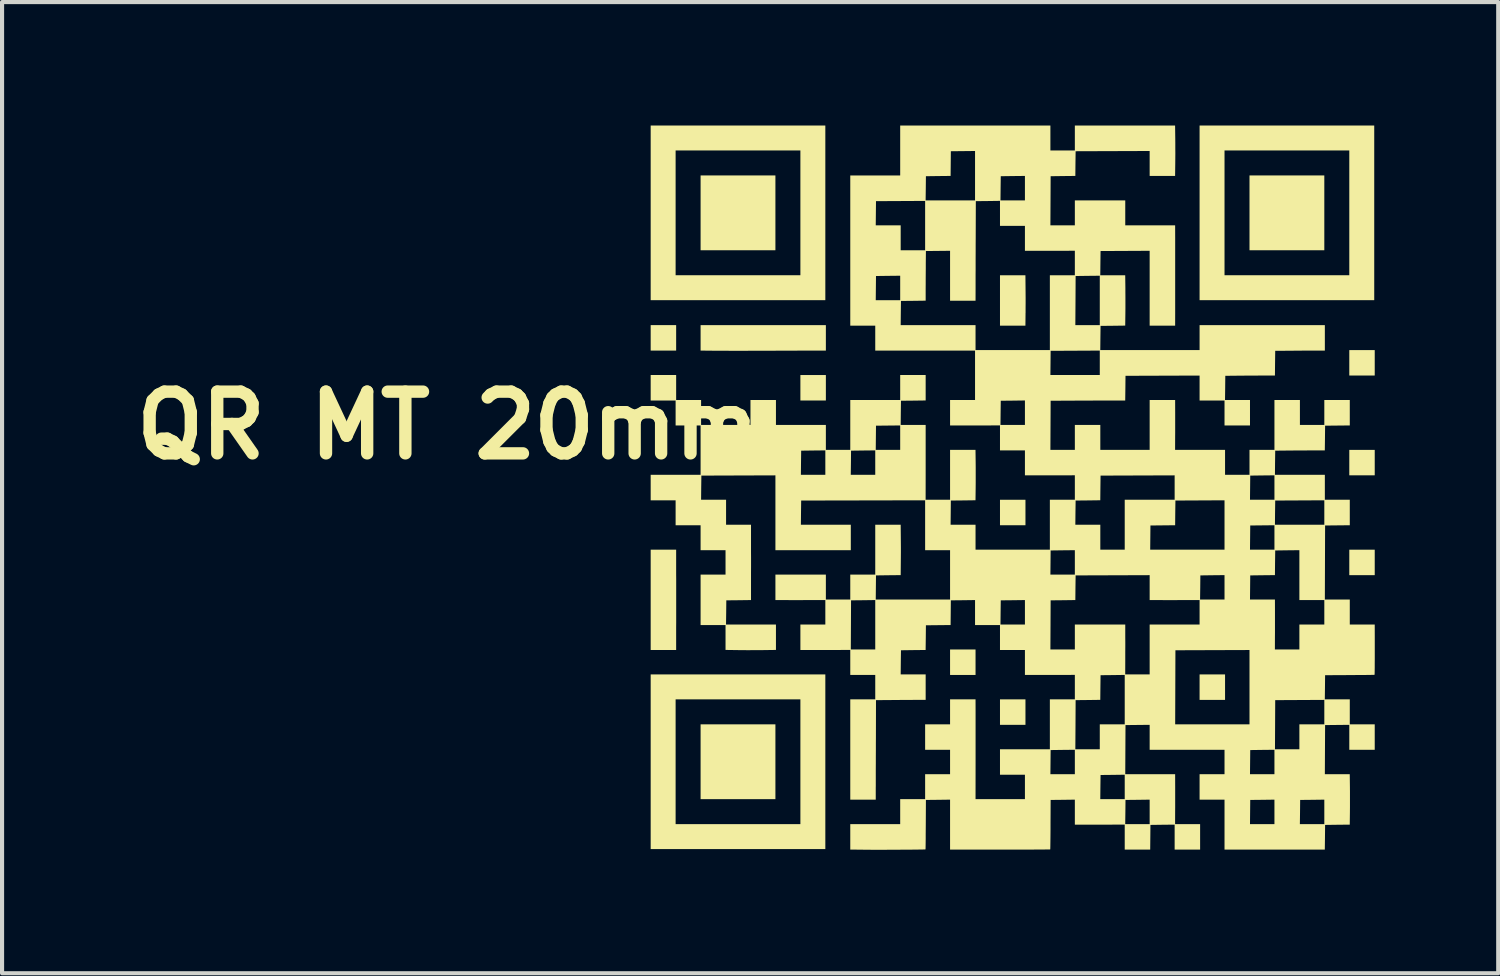
<source format=kicad_pcb>
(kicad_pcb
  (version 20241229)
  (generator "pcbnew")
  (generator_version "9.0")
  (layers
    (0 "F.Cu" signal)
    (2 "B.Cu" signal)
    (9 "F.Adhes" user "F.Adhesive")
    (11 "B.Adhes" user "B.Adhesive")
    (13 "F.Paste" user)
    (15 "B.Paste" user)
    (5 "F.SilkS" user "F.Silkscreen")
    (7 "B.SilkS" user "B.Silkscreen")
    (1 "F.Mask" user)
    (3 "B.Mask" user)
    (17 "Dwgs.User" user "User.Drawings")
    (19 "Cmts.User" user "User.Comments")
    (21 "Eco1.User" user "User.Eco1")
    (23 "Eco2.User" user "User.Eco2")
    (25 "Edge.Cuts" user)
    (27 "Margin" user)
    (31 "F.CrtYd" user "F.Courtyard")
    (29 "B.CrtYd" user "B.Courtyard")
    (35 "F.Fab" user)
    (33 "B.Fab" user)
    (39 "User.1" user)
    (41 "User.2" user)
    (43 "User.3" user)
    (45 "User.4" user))
  (footprint "QR MT 20mm"
    (layer "F.Cu")
    (at 21.552 8.791)
    (property "Reference" "QR MT 20mm" (at -13.716 -1.503 0) (layer "F.SilkS") (effects (font (size 1.5 1.5) (thickness 0.3))))
    (attr board_only exclude_from_pos_files exclude_from_bom)
    (fp_poly (pts (xy -8.172 -3.631) (xy -8.172 -3.322) (xy -8.481 -3.322) (xy -8.791 -3.322) (xy -8.791 -3.631) (xy -8.791 -3.941) (xy -8.481 -3.941) (xy -8.172 -3.941)) (stroke (width 0) (type solid)) (fill yes) (layer "F.SilkS"))
    (fp_poly (pts (xy -5.76 -6.669) (xy -5.76 -5.76) (xy -6.669 -5.76) (xy -7.578 -5.76) (xy -7.578 -6.669) (xy -7.578 -7.578) (xy -6.669 -7.578) (xy -5.76 -7.578)) (stroke (width 0) (type solid)) (fill yes) (layer "F.SilkS"))
    (fp_poly (pts (xy -5.76 6.669) (xy -5.76 7.578) (xy -6.669 7.578) (xy -7.578 7.578) (xy -7.578 6.669) (xy -7.578 5.76) (xy -6.669 5.76) (xy -5.76 5.76)) (stroke (width 0) (type solid)) (fill yes) (layer "F.SilkS"))
    (fp_poly (pts (xy -4.534 -2.419) (xy -4.534 -2.109) (xy -4.844 -2.109) (xy -5.153 -2.109) (xy -5.153 -2.419) (xy -5.153 -2.728) (xy -4.844 -2.728) (xy -4.534 -2.728)) (stroke (width 0) (type solid)) (fill yes) (layer "F.SilkS"))
    (fp_poly (pts (xy -0.897 4.25) (xy -0.897 4.56) (xy -1.206 4.56) (xy -1.516 4.56) (xy -1.516 4.25) (xy -1.516 3.941) (xy -1.206 3.941) (xy -0.897 3.941)) (stroke (width 0) (type solid)) (fill yes) (layer "F.SilkS"))
    (fp_poly (pts (xy 0.316 0.613) (xy 0.316 0.922) (xy 0.006 0.922) (xy -0.303 0.922) (xy -0.303 0.613) (xy -0.303 0.303) (xy 0.006 0.303) (xy 0.316 0.303)) (stroke (width 0) (type solid)) (fill yes) (layer "F.SilkS"))
    (fp_poly (pts (xy 0.316 5.463) (xy 0.316 5.772) (xy 0.006 5.772) (xy -0.303 5.772) (xy -0.303 5.463) (xy -0.303 5.153) (xy 0.006 5.153) (xy 0.316 5.153)) (stroke (width 0) (type solid)) (fill yes) (layer "F.SilkS"))
    (fp_poly (pts (xy 5.166 4.856) (xy 5.166 5.166) (xy 4.856 5.166) (xy 4.547 5.166) (xy 4.547 4.856) (xy 4.547 4.547) (xy 4.856 4.547) (xy 5.166 4.547)) (stroke (width 0) (type solid)) (fill yes) (layer "F.SilkS"))
    (fp_poly (pts (xy 7.578 -6.669) (xy 7.578 -5.76) (xy 6.669 -5.76) (xy 5.76 -5.76) (xy 5.76 -6.669) (xy 5.76 -7.578) (xy 6.669 -7.578) (xy 7.578 -7.578)) (stroke (width 0) (type solid)) (fill yes) (layer "F.SilkS"))
    (fp_poly (pts (xy 8.803 -3.025) (xy 8.803 -2.716) (xy 8.494 -2.716) (xy 8.185 -2.716) (xy 8.185 -3.025) (xy 8.185 -3.334) (xy 8.494 -3.334) (xy 8.803 -3.334)) (stroke (width 0) (type solid)) (fill yes) (layer "F.SilkS"))
    (fp_poly (pts (xy 8.803 -0.6) (xy 8.803 -0.291) (xy 8.494 -0.291) (xy 8.185 -0.291) (xy 8.185 -0.6) (xy 8.185 -0.909) (xy 8.494 -0.909) (xy 8.803 -0.909)) (stroke (width 0) (type solid)) (fill yes) (layer "F.SilkS"))
    (fp_poly (pts (xy 8.803 1.825) (xy 8.803 2.135) (xy 8.494 2.135) (xy 8.185 2.135) (xy 8.185 1.825) (xy 8.185 1.516) (xy 8.494 1.516) (xy 8.803 1.516)) (stroke (width 0) (type solid)) (fill yes) (layer "F.SilkS"))
    (fp_poly (pts (xy 0.318 -4.847) (xy 0.319 -4.736) (xy 0.32 -4.61) (xy 0.32 -4.478) (xy 0.319 -4.351) (xy 0.319 -4.239) (xy 0.318 -4.234) (xy 0.315 -3.928) (xy 0.006 -3.928) (xy -0.303 -3.928) (xy -0.303 -4.541) (xy -0.303 -5.153) (xy 0.006 -5.153) (xy 0.315 -5.153)) (stroke (width 0) (type solid)) (fill yes) (layer "F.SilkS"))
    (fp_poly (pts (xy -4.547 -6.669) (xy -4.547 -4.547) (xy -6.669 -4.547) (xy -8.791 -4.547) (xy -8.791 -6.669) (xy -8.185 -6.669) (xy -8.185 -5.153) (xy -6.669 -5.153) (xy -5.153 -5.153) (xy -5.153 -6.669) (xy -5.153 -8.185) (xy -6.669 -8.185) (xy -8.185 -8.185) (xy -8.185 -6.669) (xy -8.791 -6.669) (xy -8.791 -8.791) (xy -6.669 -8.791) (xy -4.547 -8.791)) (stroke (width 0) (type solid)) (fill yes) (layer "F.SilkS"))
    (fp_poly (pts (xy -4.547 6.669) (xy -4.547 8.791) (xy -6.669 8.791) (xy -8.791 8.791) (xy -8.791 6.669) (xy -8.185 6.669) (xy -8.185 8.185) (xy -6.669 8.185) (xy -5.153 8.185) (xy -5.153 6.669) (xy -5.153 5.153) (xy -6.669 5.153) (xy -8.185 5.153) (xy -8.185 6.669) (xy -8.791 6.669) (xy -8.791 4.547) (xy -6.669 4.547) (xy -4.547 4.547)) (stroke (width 0) (type solid)) (fill yes) (layer "F.SilkS"))
    (fp_poly (pts (xy 8.791 -6.669) (xy 8.791 -4.547) (xy 6.669 -4.547) (xy 4.547 -4.547) (xy 4.547 -6.669) (xy 5.153 -6.669) (xy 5.153 -5.153) (xy 6.669 -5.153) (xy 8.185 -5.153) (xy 8.185 -6.669) (xy 8.185 -8.185) (xy 6.669 -8.185) (xy 5.153 -8.185) (xy 5.153 -6.669) (xy 4.547 -6.669) (xy 4.547 -8.791) (xy 6.669 -8.791) (xy 8.791 -8.791)) (stroke (width 0) (type solid)) (fill yes) (layer "F.SilkS"))
    (fp_poly (pts (xy -8.172 1.819) (xy -8.172 1.896) (xy -8.172 1.994) (xy -8.172 2.109) (xy -8.171 2.236) (xy -8.171 2.371) (xy -8.171 2.51) (xy -8.171 2.649) (xy -8.171 2.741) (xy -8.171 2.877) (xy -8.171 3.015) (xy -8.171 3.153) (xy -8.171 3.285) (xy -8.172 3.408) (xy -8.172 3.516) (xy -8.172 3.607) (xy -8.172 3.657) (xy -8.172 3.953) (xy -8.481 3.953) (xy -8.791 3.953) (xy -8.791 2.735) (xy -8.791 1.516) (xy -8.481 1.516) (xy -8.172 1.516)) (stroke (width 0) (type solid)) (fill yes) (layer "F.SilkS"))
    (fp_poly (pts (xy -4.534 -3.631) (xy -4.534 -3.322) (xy -4.828 -3.322) (xy -4.891 -3.322) (xy -4.976 -3.321) (xy -5.08 -3.321) (xy -5.202 -3.321) (xy -5.336 -3.32) (xy -5.482 -3.32) (xy -5.635 -3.32) (xy -5.793 -3.319) (xy -5.953 -3.319) (xy -6.044 -3.318) (xy -6.204 -3.318) (xy -6.364 -3.318) (xy -6.522 -3.317) (xy -6.673 -3.317) (xy -6.816 -3.317) (xy -6.947 -3.318) (xy -7.063 -3.318) (xy -7.161 -3.318) (xy -7.239 -3.319) (xy -7.272 -3.319) (xy -7.578 -3.322) (xy -7.578 -3.632) (xy -7.578 -3.941) (xy -6.056 -3.941) (xy -4.534 -3.941)) (stroke (width 0) (type solid)) (fill yes) (layer "F.SilkS"))
    (fp_poly (pts (xy 0.922 -8.488) (xy 0.922 -8.185) (xy 1.219 -8.185) (xy 1.516 -8.185) (xy 1.516 -8.488) (xy 1.516 -8.791) (xy 2.734 -8.791) (xy 3.952 -8.791) (xy 3.956 -8.485) (xy 3.957 -8.373) (xy 3.957 -8.247) (xy 3.958 -8.116) (xy 3.957 -7.989) (xy 3.956 -7.877) (xy 3.956 -7.872) (xy 3.952 -7.566) (xy 3.643 -7.566) (xy 3.334 -7.566) (xy 3.334 -7.869) (xy 3.334 -8.172) (xy 2.435 -8.169) (xy 1.535 -8.166) (xy 1.531 -7.866) (xy 1.528 -7.566) (xy 1.228 -7.563) (xy 0.928 -7.559) (xy 0.925 -6.963) (xy 0.922 -6.366) (xy 1.219 -6.366) (xy 1.516 -6.366) (xy 1.516 -6.669) (xy 1.516 -6.972) (xy 2.128 -6.972) (xy 2.741 -6.972) (xy 2.741 -6.669) (xy 2.741 -6.366) (xy 3.347 -6.366) (xy 3.953 -6.366) (xy 3.954 -6.063) (xy 3.954 -5.986) (xy 3.954 -5.888) (xy 3.954 -5.773) (xy 3.954 -5.646) (xy 3.954 -5.51) (xy 3.954 -5.371) (xy 3.954 -5.232) (xy 3.954 -5.141) (xy 3.954 -5.005) (xy 3.954 -4.866) (xy 3.954 -4.728) (xy 3.954 -4.596) (xy 3.954 -4.474) (xy 3.954 -4.365) (xy 3.954 -4.274) (xy 3.954 -4.225) (xy 3.953 -3.928) (xy 3.644 -3.928) (xy 3.334 -3.928) (xy 3.334 -4.837) (xy 3.334 -5.747) (xy 2.738 -5.744) (xy 2.141 -5.741) (xy 2.137 -5.447) (xy 2.134 -5.153) (xy 2.437 -5.153) (xy 2.74 -5.153) (xy 2.744 -4.847) (xy 2.744 -4.736) (xy 2.745 -4.61) (xy 2.745 -4.478) (xy 2.745 -4.351) (xy 2.744 -4.239) (xy 2.744 -4.235) (xy 2.74 -3.929) (xy 2.44 -3.925) (xy 2.141 -3.922) (xy 2.137 -3.628) (xy 2.134 -3.334) (xy 3.341 -3.334) (xy 4.547 -3.334) (xy 4.547 -3.638) (xy 4.547 -3.941) (xy 6.069 -3.941) (xy 7.591 -3.941) (xy 7.591 -3.631) (xy 7.591 -3.322) (xy 7.291 -3.321) (xy 7.182 -3.321) (xy 7.057 -3.321) (xy 6.927 -3.32) (xy 6.801 -3.319) (xy 6.691 -3.318) (xy 6.688 -3.318) (xy 6.385 -3.316) (xy 6.381 -3.016) (xy 6.378 -2.716) (xy 6.078 -2.715) (xy 5.969 -2.715) (xy 5.844 -2.714) (xy 5.714 -2.714) (xy 5.589 -2.713) (xy 5.478 -2.712) (xy 5.475 -2.712) (xy 5.172 -2.709) (xy 5.169 -2.416) (xy 5.165 -2.122) (xy 5.469 -2.122) (xy 5.772 -2.122) (xy 5.772 -1.812) (xy 5.772 -1.503) (xy 5.463 -1.503) (xy 5.153 -1.503) (xy 5.153 -1.806) (xy 5.153 -2.109) (xy 4.85 -2.109) (xy 4.547 -2.109) (xy 4.547 -2.412) (xy 4.547 -2.715) (xy 3.647 -2.712) (xy 2.747 -2.709) (xy 2.744 -2.409) (xy 2.74 -2.109) (xy 2.441 -2.109) (xy 2.364 -2.109) (xy 2.266 -2.109) (xy 2.151 -2.108) (xy 2.024 -2.108) (xy 1.89 -2.107) (xy 1.752 -2.107) (xy 1.614 -2.106) (xy 1.535 -2.106) (xy 0.928 -2.103) (xy 0.925 -1.506) (xy 0.922 -0.909) (xy 1.219 -0.909) (xy 1.516 -0.909) (xy 1.516 -1.213) (xy 1.516 -1.516) (xy 1.825 -1.516) (xy 2.135 -1.516) (xy 2.135 -1.213) (xy 2.135 -0.909) (xy 2.735 -0.909) (xy 3.334 -0.909) (xy 3.334 -1.516) (xy 3.334 -2.122) (xy 3.644 -2.122) (xy 3.953 -2.122) (xy 3.954 -1.816) (xy 3.954 -1.705) (xy 3.954 -1.58) (xy 3.954 -1.45) (xy 3.954 -1.325) (xy 3.953 -1.215) (xy 3.953 -1.209) (xy 3.952 -0.909) (xy 4.559 -0.909) (xy 5.166 -0.909) (xy 5.166 -0.606) (xy 5.166 -0.303) (xy 5.463 -0.303) (xy 5.76 -0.303) (xy 5.76 -0.606) (xy 5.76 -0.909) (xy 6.063 -0.909) (xy 6.366 -0.909) (xy 6.366 -1.516) (xy 6.366 -2.122) (xy 6.675 -2.122) (xy 6.985 -2.122) (xy 6.985 -1.819) (xy 6.985 -1.516) (xy 7.282 -1.516) (xy 7.578 -1.516) (xy 7.578 -1.819) (xy 7.578 -2.122) (xy 7.888 -2.122) (xy 8.197 -2.122) (xy 8.197 -1.813) (xy 8.197 -1.503) (xy 7.897 -1.5) (xy 7.597 -1.497) (xy 7.594 -1.197) (xy 7.59 -0.897) (xy 7.291 -0.896) (xy 7.181 -0.896) (xy 7.057 -0.895) (xy 6.927 -0.895) (xy 6.801 -0.894) (xy 6.691 -0.893) (xy 6.688 -0.893) (xy 6.385 -0.89) (xy 6.381 -0.597) (xy 6.378 -0.303) (xy 6.984 -0.303) (xy 7.591 -0.303) (xy 7.591 0) (xy 7.591 0.303) (xy 7.894 0.303) (xy 8.197 0.303) (xy 8.197 0.612) (xy 8.197 0.922) (xy 7.897 0.925) (xy 7.597 0.928) (xy 7.594 1.828) (xy 7.591 2.728) (xy 7.894 2.728) (xy 8.197 2.728) (xy 8.197 3.031) (xy 8.197 3.334) (xy 8.5 3.334) (xy 8.803 3.334) (xy 8.804 3.641) (xy 8.804 3.786) (xy 8.804 3.925) (xy 8.804 4.056) (xy 8.804 4.176) (xy 8.803 4.283) (xy 8.803 4.376) (xy 8.802 4.451) (xy 8.801 4.508) (xy 8.8 4.544) (xy 8.799 4.556) (xy 8.786 4.557) (xy 8.75 4.558) (xy 8.694 4.559) (xy 8.62 4.56) (xy 8.531 4.561) (xy 8.428 4.561) (xy 8.316 4.562) (xy 8.196 4.563) (xy 7.597 4.566) (xy 7.594 4.86) (xy 7.59 5.153) (xy 7.894 5.153) (xy 8.197 5.153) (xy 8.197 5.456) (xy 8.197 5.76) (xy 8.5 5.76) (xy 8.803 5.76) (xy 8.803 6.069) (xy 8.803 6.378) (xy 8.494 6.378) (xy 8.185 6.378) (xy 8.185 6.075) (xy 8.185 5.772) (xy 7.891 5.775) (xy 7.597 5.778) (xy 7.594 6.375) (xy 7.591 6.972) (xy 7.894 6.972) (xy 8.196 6.972) (xy 8.2 7.278) (xy 8.201 7.389) (xy 8.201 7.516) (xy 8.201 7.647) (xy 8.201 7.774) (xy 8.2 7.886) (xy 8.2 7.891) (xy 8.196 8.197) (xy 7.897 8.2) (xy 7.597 8.204) (xy 7.594 8.504) (xy 7.59 8.803) (xy 7.294 8.804) (xy 7.218 8.804) (xy 7.122 8.804) (xy 7.008 8.804) (xy 6.882 8.804) (xy 6.748 8.804) (xy 6.61 8.804) (xy 6.471 8.804) (xy 6.378 8.804) (xy 6.242 8.804) (xy 6.103 8.804) (xy 5.965 8.804) (xy 5.831 8.804) (xy 5.708 8.804) (xy 5.598 8.804) (xy 5.506 8.804) (xy 5.456 8.804) (xy 5.153 8.803) (xy 5.153 8.197) (xy 5.153 8.185) (xy 5.772 8.185) (xy 6.069 8.185) (xy 6.366 8.185) (xy 6.984 8.185) (xy 7.281 8.185) (xy 7.578 8.185) (xy 7.578 7.888) (xy 7.578 7.59) (xy 7.285 7.594) (xy 6.991 7.597) (xy 6.988 7.891) (xy 6.984 8.185) (xy 6.366 8.185) (xy 6.366 7.888) (xy 6.366 7.59) (xy 6.072 7.594) (xy 5.778 7.597) (xy 5.775 7.891) (xy 5.772 8.185) (xy 5.153 8.185) (xy 5.153 7.591) (xy 4.85 7.591) (xy 4.547 7.591) (xy 4.547 7.282) (xy 4.547 6.972) (xy 4.85 6.972) (xy 5.153 6.972) (xy 5.772 6.972) (xy 6.069 6.972) (xy 6.366 6.972) (xy 6.366 6.675) (xy 6.366 6.378) (xy 6.072 6.381) (xy 5.778 6.385) (xy 5.775 6.678) (xy 5.772 6.972) (xy 5.153 6.972) (xy 5.153 6.675) (xy 5.153 6.378) (xy 4.55 6.379) (xy 4.415 6.379) (xy 4.277 6.379) (xy 4.139 6.379) (xy 4.006 6.379) (xy 3.883 6.379) (xy 3.773 6.379) (xy 3.682 6.379) (xy 3.641 6.379) (xy 3.334 6.378) (xy 3.334 6.366) (xy 6.379 6.366) (xy 6.675 6.366) (xy 6.972 6.366) (xy 6.972 6.063) (xy 6.972 5.76) (xy 7.275 5.76) (xy 7.578 5.76) (xy 7.578 5.463) (xy 7.578 5.166) (xy 6.982 5.169) (xy 6.385 5.172) (xy 6.382 5.769) (xy 6.379 6.366) (xy 3.334 6.366) (xy 3.334 6.075) (xy 3.334 5.772) (xy 3.041 5.775) (xy 2.747 5.778) (xy 2.744 6.375) (xy 2.741 6.972) (xy 3.347 6.972) (xy 3.953 6.972) (xy 3.954 7.278) (xy 3.954 7.389) (xy 3.954 7.514) (xy 3.954 7.644) (xy 3.954 7.769) (xy 3.953 7.879) (xy 3.953 7.885) (xy 3.952 8.185) (xy 4.256 8.185) (xy 4.56 8.185) (xy 4.56 8.494) (xy 4.56 8.803) (xy 4.25 8.803) (xy 3.941 8.803) (xy 3.941 8.5) (xy 3.941 8.197) (xy 3.647 8.2) (xy 3.353 8.204) (xy 3.35 8.504) (xy 3.347 8.803) (xy 3.037 8.803) (xy 2.728 8.803) (xy 2.728 8.5) (xy 2.728 8.196) (xy 2.428 8.197) (xy 2.319 8.198) (xy 2.195 8.198) (xy 2.065 8.198) (xy 1.94 8.198) (xy 1.828 8.198) (xy 1.822 8.198) (xy 1.516 8.197) (xy 1.516 8.185) (xy 2.74 8.185) (xy 3.037 8.185) (xy 3.334 8.185) (xy 3.334 7.888) (xy 3.334 7.59) (xy 3.041 7.594) (xy 2.747 7.597) (xy 2.744 7.891) (xy 2.74 8.185) (xy 1.516 8.185) (xy 1.516 7.894) (xy 1.516 7.59) (xy 1.222 7.594) (xy 0.928 7.597) (xy 0.925 8.196) (xy 0.925 8.317) (xy 0.924 8.429) (xy 0.923 8.531) (xy 0.922 8.621) (xy 0.921 8.694) (xy 0.92 8.751) (xy 0.919 8.786) (xy 0.918 8.799) (xy 0.905 8.8) (xy 0.868 8.801) (xy 0.809 8.801) (xy 0.729 8.802) (xy 0.63 8.802) (xy 0.513 8.803) (xy 0.38 8.803) (xy 0.232 8.803) (xy 0.07 8.804) (xy -0.103 8.804) (xy -0.286 8.804) (xy -0.478 8.804) (xy -0.678 8.804) (xy -0.883 8.804) (xy -1.092 8.804) (xy -1.209 8.804) (xy -1.516 8.803) (xy -1.516 8.197) (xy -1.516 7.59) (xy -1.809 7.594) (xy -2.103 7.597) (xy -2.106 8.196) (xy -2.107 8.317) (xy -2.108 8.429) (xy -2.108 8.531) (xy -2.109 8.62) (xy -2.11 8.694) (xy -2.111 8.75) (xy -2.112 8.786) (xy -2.113 8.799) (xy -2.127 8.8) (xy -2.162 8.801) (xy -2.219 8.802) (xy -2.292 8.803) (xy -2.381 8.804) (xy -2.481 8.805) (xy -2.592 8.806) (xy -2.71 8.806) (xy -2.832 8.807) (xy -2.957 8.807) (xy -3.08 8.808) (xy -3.201 8.808) (xy -3.316 8.808) (xy -3.423 8.808) (xy -3.519 8.807) (xy -3.601 8.807) (xy -3.634 8.806) (xy -3.941 8.803) (xy -3.941 8.494) (xy -3.941 8.185) (xy -3.334 8.185) (xy -2.728 8.185) (xy -2.728 7.881) (xy -2.728 7.578) (xy -2.425 7.578) (xy -2.122 7.578) (xy -2.122 7.275) (xy -2.122 6.972) (xy -1.819 6.972) (xy -1.516 6.972) (xy -1.516 6.675) (xy -1.516 6.378) (xy -1.819 6.378) (xy -2.122 6.378) (xy -2.122 6.069) (xy -2.122 5.76) (xy -1.819 5.76) (xy -1.516 5.76) (xy -1.516 5.456) (xy -1.516 5.153) (xy -1.206 5.153) (xy -0.897 5.153) (xy -0.896 5.46) (xy -0.896 5.525) (xy -0.896 5.613) (xy -0.896 5.72) (xy -0.896 5.843) (xy -0.896 5.98) (xy -0.896 6.127) (xy -0.896 6.281) (xy -0.896 6.439) (xy -0.896 6.598) (xy -0.896 6.672) (xy -0.897 7.578) (xy -0.297 7.578) (xy 0.303 7.578) (xy 2.134 7.578) (xy 2.431 7.578) (xy 2.728 7.578) (xy 2.728 7.281) (xy 2.728 6.984) (xy 2.435 6.988) (xy 2.141 6.991) (xy 2.137 7.285) (xy 2.134 7.578) (xy 0.303 7.578) (xy 0.303 7.282) (xy 0.303 6.985) (xy 0 6.985) (xy -0.303 6.985) (xy -0.303 6.972) (xy 0.922 6.972) (xy 1.219 6.972) (xy 1.516 6.972) (xy 1.516 6.675) (xy 1.516 6.378) (xy 1.222 6.381) (xy 0.928 6.385) (xy 0.925 6.678) (xy 0.922 6.972) (xy -0.303 6.972) (xy -0.303 6.675) (xy -0.303 6.366) (xy 0.303 6.366) (xy 0.909 6.366) (xy 1.528 6.366) (xy 1.825 6.366) (xy 2.122 6.366) (xy 2.122 6.063) (xy 2.122 5.76) (xy 2.425 5.76) (xy 2.728 5.76) (xy 3.954 5.76) (xy 4.857 5.76) (xy 5.76 5.76) (xy 5.76 4.857) (xy 5.76 3.954) (xy 4.86 3.957) (xy 3.96 3.96) (xy 3.957 4.86) (xy 3.954 5.76) (xy 2.728 5.76) (xy 2.728 5.159) (xy 2.728 4.559) (xy 2.435 4.563) (xy 2.141 4.566) (xy 2.137 4.866) (xy 2.134 5.165) (xy 1.834 5.169) (xy 1.535 5.172) (xy 1.532 5.769) (xy 1.528 6.366) (xy 0.909 6.366) (xy 0.909 5.76) (xy 0.909 5.153) (xy 1.213 5.153) (xy 1.516 5.153) (xy 1.516 4.856) (xy 1.516 4.558) (xy 1.216 4.56) (xy 1.107 4.56) (xy 0.983 4.56) (xy 0.853 4.56) (xy 0.727 4.56) (xy 0.616 4.56) (xy 0.609 4.56) (xy 0.303 4.56) (xy 0.303 4.256) (xy 0.303 3.953) (xy 0 3.953) (xy -0.303 3.953) (xy -0.303 3.941) (xy 0.922 3.941) (xy 1.219 3.941) (xy 1.516 3.941) (xy 1.516 3.638) (xy 1.516 3.334) (xy 2.128 3.334) (xy 2.741 3.334) (xy 2.741 3.641) (xy 2.742 3.751) (xy 2.742 3.876) (xy 2.741 4.006) (xy 2.741 4.131) (xy 2.741 4.241) (xy 2.741 4.247) (xy 2.74 4.547) (xy 3.037 4.547) (xy 3.334 4.547) (xy 3.334 3.941) (xy 3.334 3.334) (xy 3.941 3.334) (xy 4.547 3.334) (xy 4.547 3.037) (xy 4.547 2.74) (xy 4.247 2.741) (xy 4.138 2.741) (xy 4.014 2.741) (xy 3.884 2.742) (xy 3.758 2.742) (xy 3.647 2.741) (xy 3.641 2.741) (xy 3.334 2.741) (xy 3.334 2.728) (xy 4.559 2.728) (xy 4.856 2.728) (xy 5.153 2.728) (xy 5.772 2.728) (xy 6.075 2.728) (xy 6.378 2.728) (xy 6.379 3.034) (xy 6.379 3.145) (xy 6.379 3.27) (xy 6.379 3.4) (xy 6.379 3.525) (xy 6.378 3.635) (xy 6.378 3.641) (xy 6.377 3.941) (xy 6.675 3.941) (xy 6.972 3.941) (xy 6.972 3.638) (xy 6.972 3.334) (xy 7.275 3.334) (xy 7.578 3.334) (xy 7.578 3.038) (xy 7.578 2.741) (xy 7.275 2.741) (xy 6.972 2.741) (xy 6.972 2.134) (xy 6.972 1.528) (xy 6.678 1.531) (xy 6.385 1.535) (xy 6.381 1.834) (xy 6.378 2.134) (xy 6.078 2.137) (xy 5.778 2.141) (xy 5.775 2.435) (xy 5.772 2.728) (xy 5.153 2.728) (xy 5.153 2.431) (xy 5.153 2.134) (xy 4.86 2.137) (xy 4.566 2.141) (xy 4.563 2.435) (xy 4.559 2.728) (xy 3.334 2.728) (xy 3.334 2.438) (xy 3.334 2.135) (xy 2.435 2.138) (xy 1.535 2.141) (xy 1.531 2.441) (xy 1.528 2.74) (xy 1.228 2.744) (xy 0.928 2.747) (xy 0.925 3.344) (xy 0.922 3.941) (xy -0.303 3.941) (xy -0.303 3.65) (xy -0.303 3.347) (xy -0.606 3.347) (xy -0.909 3.347) (xy -0.909 3.334) (xy -0.291 3.334) (xy 0.006 3.334) (xy 0.303 3.334) (xy 0.303 3.037) (xy 0.303 2.74) (xy 0.009 2.744) (xy -0.284 2.747) (xy -0.288 3.041) (xy -0.291 3.334) (xy -0.909 3.334) (xy -0.909 3.044) (xy -0.909 2.74) (xy -1.203 2.744) (xy -1.497 2.747) (xy -1.5 3.047) (xy -1.503 3.347) (xy -1.803 3.35) (xy -2.103 3.353) (xy -2.106 3.653) (xy -2.11 3.953) (xy -2.41 3.956) (xy -2.709 3.96) (xy -2.713 4.253) (xy -2.716 4.547) (xy -2.413 4.547) (xy -2.109 4.547) (xy -2.109 4.856) (xy -2.109 5.166) (xy -2.409 5.166) (xy -2.519 5.167) (xy -2.643 5.167) (xy -2.773 5.168) (xy -2.899 5.169) (xy -3.01 5.17) (xy -3.012 5.17) (xy -3.316 5.172) (xy -3.318 6.082) (xy -3.319 6.241) (xy -3.319 6.4) (xy -3.32 6.556) (xy -3.32 6.706) (xy -3.321 6.847) (xy -3.321 6.976) (xy -3.321 7.09) (xy -3.321 7.187) (xy -3.321 7.262) (xy -3.322 7.291) (xy -3.322 7.591) (xy -3.631 7.591) (xy -3.941 7.591) (xy -3.941 6.372) (xy -3.941 5.153) (xy -3.638 5.153) (xy -3.334 5.153) (xy -3.334 4.856) (xy -3.334 4.56) (xy -3.638 4.56) (xy -3.941 4.56) (xy -3.941 4.256) (xy -3.941 3.952) (xy -4.241 3.953) (xy -4.349 3.954) (xy -4.474 3.954) (xy -4.604 3.954) (xy -4.729 3.954) (xy -4.841 3.954) (xy -4.847 3.954) (xy -5.153 3.953) (xy -5.153 3.941) (xy -3.928 3.941) (xy -3.631 3.941) (xy -3.334 3.941) (xy -3.334 3.341) (xy -3.334 2.74) (xy -3.628 2.744) (xy -3.922 2.747) (xy -3.925 3.344) (xy -3.928 3.941) (xy -5.153 3.941) (xy -5.153 3.644) (xy -5.153 3.334) (xy -4.85 3.334) (xy -4.547 3.334) (xy -4.547 3.037) (xy -4.547 2.74) (xy -4.847 2.741) (xy -4.956 2.741) (xy -5.08 2.741) (xy -5.21 2.742) (xy -5.335 2.742) (xy -5.447 2.741) (xy -5.453 2.741) (xy -5.76 2.741) (xy -5.76 2.431) (xy -5.76 2.122) (xy -5.147 2.122) (xy -4.534 2.122) (xy -4.534 2.425) (xy -4.534 2.728) (xy -4.238 2.728) (xy -3.941 2.728) (xy -3.941 2.425) (xy -3.941 2.122) (xy -3.638 2.122) (xy -3.334 2.122) (xy -3.334 1.516) (xy -3.334 0.909) (xy -3.025 0.909) (xy -2.716 0.909) (xy -2.713 1.216) (xy -2.712 1.327) (xy -2.711 1.453) (xy -2.711 1.585) (xy -2.712 1.711) (xy -2.713 1.823) (xy -2.713 1.828) (xy -2.716 2.134) (xy -3.016 2.137) (xy -3.316 2.141) (xy -3.319 2.435) (xy -3.322 2.728) (xy -2.419 2.728) (xy -1.516 2.728) (xy -1.516 2.128) (xy -1.516 2.122) (xy 0.922 2.122) (xy 1.219 2.122) (xy 1.516 2.122) (xy 1.516 1.825) (xy 1.516 1.528) (xy 1.222 1.531) (xy 0.928 1.535) (xy 0.925 1.828) (xy 0.922 2.122) (xy -1.516 2.122) (xy -1.516 1.528) (xy -1.819 1.528) (xy -2.122 1.528) (xy -2.122 0.922) (xy -2.122 0.316) (xy -3.628 0.319) (xy -5.134 0.322) (xy -5.138 0.616) (xy -5.141 0.909) (xy -4.535 0.909) (xy -3.928 0.909) (xy -3.928 1.219) (xy -3.928 1.528) (xy -4.225 1.529) (xy -4.331 1.529) (xy -4.453 1.529) (xy -4.581 1.529) (xy -4.707 1.529) (xy -4.82 1.529) (xy -4.837 1.529) (xy -4.949 1.529) (xy -5.074 1.529) (xy -5.205 1.529) (xy -5.33 1.529) (xy -5.441 1.529) (xy -5.456 1.529) (xy -5.76 1.528) (xy -5.76 0.619) (xy -5.76 -0.29) (xy -6.659 -0.287) (xy -7.559 -0.284) (xy -7.563 0.009) (xy -7.566 0.303) (xy -7.263 0.303) (xy -6.959 0.303) (xy -6.959 0.606) (xy -6.959 0.909) (xy -6.656 0.909) (xy -6.353 0.909) (xy -6.353 1.213) (xy -6.353 1.321) (xy -6.353 1.445) (xy -6.353 1.575) (xy -6.352 1.702) (xy -6.352 1.816) (xy -6.352 1.831) (xy -6.352 1.942) (xy -6.353 2.066) (xy -6.353 2.195) (xy -6.353 2.318) (xy -6.353 2.428) (xy -6.353 2.444) (xy -6.353 2.74) (xy -6.653 2.744) (xy -6.953 2.747) (xy -6.956 3.041) (xy -6.96 3.334) (xy -6.353 3.334) (xy -5.747 3.334) (xy -5.747 3.643) (xy -5.747 3.952) (xy -6.053 3.956) (xy -6.164 3.957) (xy -6.291 3.957) (xy -6.422 3.958) (xy -6.549 3.957) (xy -6.661 3.956) (xy -6.666 3.956) (xy -6.972 3.952) (xy -6.972 3.65) (xy -6.972 3.347) (xy -7.275 3.347) (xy -7.578 3.347) (xy -7.578 2.735) (xy -7.578 2.122) (xy -7.275 2.122) (xy -6.972 2.122) (xy -6.972 1.825) (xy -6.972 1.528) (xy -7.275 1.528) (xy -7.578 1.528) (xy -7.578 1.225) (xy -7.578 0.922) (xy -7.881 0.922) (xy -8.185 0.922) (xy -8.185 0.619) (xy -8.185 0.316) (xy -8.488 0.316) (xy -8.791 0.316) (xy -8.791 0.006) (xy -8.791 -0.303) (xy -8.185 -0.303) (xy -7.578 -0.303) (xy -5.141 -0.303) (xy -4.844 -0.303) (xy -4.547 -0.303) (xy -3.929 -0.303) (xy -3.632 -0.303) (xy -3.334 -0.303) (xy -3.334 -0.6) (xy -3.334 -0.897) (xy -3.628 -0.894) (xy -3.922 -0.89) (xy -3.925 -0.597) (xy -3.929 -0.303) (xy -4.547 -0.303) (xy -4.547 -0.6) (xy -4.547 -0.897) (xy -4.841 -0.894) (xy -5.134 -0.89) (xy -5.138 -0.597) (xy -5.141 -0.303) (xy -7.578 -0.303) (xy -7.578 -0.903) (xy -7.578 -1.503) (xy -7.881 -1.503) (xy -8.185 -1.503) (xy -8.185 -1.806) (xy -8.185 -2.109) (xy -8.488 -2.109) (xy -8.791 -2.109) (xy -8.791 -2.419) (xy -8.791 -2.728) (xy -8.481 -2.728) (xy -8.172 -2.728) (xy -8.172 -2.425) (xy -8.172 -2.122) (xy -7.869 -2.122) (xy -7.566 -2.122) (xy -7.566 -1.819) (xy -7.566 -1.516) (xy -6.966 -1.516) (xy -6.366 -1.516) (xy -6.366 -1.819) (xy -6.366 -2.122) (xy -6.056 -2.122) (xy -5.747 -2.122) (xy -5.747 -1.819) (xy -5.747 -1.516) (xy -5.141 -1.516) (xy -4.534 -1.516) (xy -4.534 -1.213) (xy -4.534 -0.909) (xy -4.238 -0.909) (xy -3.941 -0.909) (xy -3.322 -0.909) (xy -3.025 -0.909) (xy -2.728 -0.909) (xy -2.728 -1.206) (xy -2.728 -1.503) (xy -3.022 -1.5) (xy -3.316 -1.497) (xy -3.319 -1.203) (xy -3.322 -0.909) (xy -3.941 -0.909) (xy -3.941 -1.516) (xy -3.941 -2.122) (xy -3.334 -2.122) (xy -2.728 -2.122) (xy -2.728 -2.425) (xy -2.728 -2.728) (xy -2.419 -2.728) (xy -2.109 -2.728) (xy -2.109 -2.419) (xy -2.109 -2.11) (xy -2.409 -2.106) (xy -2.709 -2.103) (xy -2.713 -1.809) (xy -2.716 -1.516) (xy -2.413 -1.516) (xy -2.109 -1.516) (xy -2.109 -1.209) (xy -2.109 -1.131) (xy -2.109 -1.031) (xy -2.109 -0.915) (xy -2.109 -0.787) (xy -2.109 -0.651) (xy -2.109 -0.513) (xy -2.109 -0.375) (xy -2.109 -0.3) (xy -2.11 0.303) (xy -1.813 0.303) (xy -1.516 0.303) (xy -1.516 -0.303) (xy -1.516 -0.909) (xy -1.207 -0.909) (xy -0.898 -0.909) (xy -0.894 -0.603) (xy -0.893 -0.492) (xy -0.893 -0.366) (xy -0.893 -0.234) (xy -0.893 -0.107) (xy -0.894 0.005) (xy -0.894 0.009) (xy -0.898 0.315) (xy -1.197 0.319) (xy -1.497 0.322) (xy -1.5 0.616) (xy -1.503 0.909) (xy -1.2 0.909) (xy -0.897 0.909) (xy -0.897 1.213) (xy -0.897 1.516) (xy 0.006 1.516) (xy 0.909 1.516) (xy 0.909 0.909) (xy 1.528 0.909) (xy 1.831 0.909) (xy 2.135 0.909) (xy 2.135 1.213) (xy 2.135 1.516) (xy 2.431 1.516) (xy 2.728 1.516) (xy 3.347 1.516) (xy 4.25 1.516) (xy 5.153 1.516) (xy 5.772 1.516) (xy 6.069 1.516) (xy 6.366 1.516) (xy 6.366 1.219) (xy 6.366 0.922) (xy 6.072 0.925) (xy 5.778 0.928) (xy 5.775 1.222) (xy 5.772 1.516) (xy 5.153 1.516) (xy 5.153 0.916) (xy 5.153 0.909) (xy 6.378 0.909) (xy 6.978 0.909) (xy 7.578 0.909) (xy 7.578 0.613) (xy 7.578 0.316) (xy 6.982 0.319) (xy 6.385 0.322) (xy 6.381 0.616) (xy 6.378 0.909) (xy 5.153 0.909) (xy 5.153 0.316) (xy 4.556 0.319) (xy 3.96 0.322) (xy 3.956 0.622) (xy 3.953 0.922) (xy 3.653 0.925) (xy 3.353 0.928) (xy 3.35 1.222) (xy 3.347 1.516) (xy 2.728 1.516) (xy 2.728 0.909) (xy 2.728 0.303) (xy 3.334 0.303) (xy 3.941 0.303) (xy 5.772 0.303) (xy 6.069 0.303) (xy 6.366 0.303) (xy 6.366 0.006) (xy 6.366 -0.291) (xy 6.072 -0.288) (xy 5.778 -0.284) (xy 5.775 0.009) (xy 5.772 0.303) (xy 3.941 0.303) (xy 3.941 0.006) (xy 3.941 -0.29) (xy 3.041 -0.287) (xy 2.141 -0.284) (xy 2.137 0.016) (xy 2.134 0.315) (xy 1.834 0.319) (xy 1.535 0.322) (xy 1.531 0.616) (xy 1.528 0.909) (xy 0.909 0.909) (xy 0.909 0.303) (xy 1.213 0.303) (xy 1.516 0.303) (xy 1.516 0.006) (xy 1.516 -0.292) (xy 1.216 -0.29) (xy 1.107 -0.29) (xy 0.983 -0.29) (xy 0.853 -0.29) (xy 0.727 -0.29) (xy 0.616 -0.29) (xy 0.609 -0.29) (xy 0.303 -0.291) (xy 0.303 -0.594) (xy 0.303 -0.897) (xy 0 -0.897) (xy -0.303 -0.897) (xy -0.303 -1.2) (xy -0.303 -1.504) (xy -0.603 -1.503) (xy -0.712 -1.503) (xy -0.836 -1.502) (xy -0.966 -1.502) (xy -1.092 -1.502) (xy -1.203 -1.502) (xy -1.209 -1.502) (xy -1.516 -1.503) (xy -1.516 -1.516) (xy -0.291 -1.516) (xy 0.006 -1.516) (xy 0.303 -1.516) (xy 0.303 -1.813) (xy 0.303 -2.11) (xy 0.009 -2.106) (xy -0.284 -2.103) (xy -0.288 -1.809) (xy -0.291 -1.516) (xy -1.516 -1.516) (xy -1.516 -1.812) (xy -1.516 -2.122) (xy -1.213 -2.122) (xy -0.909 -2.122) (xy -0.909 -2.722) (xy -0.909 -2.728) (xy 0.922 -2.728) (xy 1.522 -2.728) (xy 2.122 -2.728) (xy 2.122 -3.025) (xy 2.122 -3.322) (xy 1.525 -3.319) (xy 0.928 -3.316) (xy 0.925 -3.022) (xy 0.922 -2.728) (xy -0.909 -2.728) (xy -0.909 -3.322) (xy -1.816 -3.321) (xy -1.975 -3.321) (xy -2.134 -3.321) (xy -2.29 -3.321) (xy -2.441 -3.321) (xy -2.583 -3.321) (xy -2.712 -3.321) (xy -2.827 -3.321) (xy -2.924 -3.321) (xy -3.001 -3.321) (xy -3.028 -3.321) (xy -3.334 -3.322) (xy -3.334 -3.625) (xy -3.334 -3.928) (xy -3.638 -3.928) (xy -3.941 -3.928) (xy -3.941 -3.941) (xy -2.716 -3.941) (xy -1.806 -3.941) (xy -0.897 -3.941) (xy -0.897 -3.638) (xy -0.897 -3.334) (xy 0.006 -3.334) (xy 0.909 -3.334) (xy 0.909 -3.941) (xy 1.528 -3.941) (xy 1.825 -3.941) (xy 2.122 -3.941) (xy 2.122 -4.541) (xy 2.122 -5.141) (xy 1.828 -5.138) (xy 1.535 -5.134) (xy 1.532 -4.538) (xy 1.528 -3.941) (xy 0.909 -3.941) (xy 0.909 -4.244) (xy 0.909 -5.153) (xy 1.213 -5.153) (xy 1.516 -5.153) (xy 1.516 -5.451) (xy 1.516 -5.748) (xy 1.216 -5.747) (xy 1.107 -5.747) (xy 0.983 -5.746) (xy 0.853 -5.746) (xy 0.727 -5.746) (xy 0.616 -5.746) (xy 0.609 -5.746) (xy 0.303 -5.747) (xy 0.303 -6.05) (xy 0.303 -6.353) (xy 0 -6.353) (xy -0.303 -6.353) (xy -0.303 -6.657) (xy -0.303 -6.96) (xy -0.597 -6.956) (xy -0.89 -6.953) (xy -0.893 -6.044) (xy -0.894 -5.885) (xy -0.894 -5.726) (xy -0.895 -5.57) (xy -0.895 -5.42) (xy -0.895 -5.278) (xy -0.896 -5.149) (xy -0.896 -5.035) (xy -0.896 -4.939) (xy -0.896 -4.863) (xy -0.896 -4.834) (xy -0.897 -4.534) (xy -1.206 -4.534) (xy -1.516 -4.534) (xy -1.516 -5.141) (xy -1.516 -5.747) (xy -1.809 -5.744) (xy -2.103 -5.741) (xy -2.106 -5.437) (xy -2.106 -5.327) (xy -2.107 -5.202) (xy -2.108 -5.072) (xy -2.108 -4.947) (xy -2.109 -4.837) (xy -2.109 -4.835) (xy -2.109 -4.535) (xy -2.409 -4.531) (xy -2.709 -4.528) (xy -2.713 -4.234) (xy -2.716 -3.941) (xy -3.941 -3.941) (xy -3.941 -4.547) (xy -3.322 -4.547) (xy -3.025 -4.547) (xy -2.728 -4.547) (xy -2.728 -4.844) (xy -2.728 -5.141) (xy -3.022 -5.138) (xy -3.316 -5.134) (xy -3.319 -4.841) (xy -3.322 -4.547) (xy -3.941 -4.547) (xy -3.941 -5.753) (xy -3.941 -6.366) (xy -3.322 -6.366) (xy -3.019 -6.366) (xy -2.716 -6.366) (xy -2.716 -6.063) (xy -2.716 -5.76) (xy -2.419 -5.76) (xy -2.122 -5.76) (xy -2.122 -6.359) (xy -2.122 -6.959) (xy -2.719 -6.956) (xy -3.316 -6.953) (xy -3.319 -6.659) (xy -3.322 -6.366) (xy -3.941 -6.366) (xy -3.941 -6.972) (xy -2.11 -6.972) (xy -1.51 -6.972) (xy -0.909 -6.972) (xy -0.291 -6.972) (xy 0.006 -6.972) (xy 0.303 -6.972) (xy 0.303 -7.269) (xy 0.303 -7.566) (xy 0.009 -7.563) (xy -0.284 -7.559) (xy -0.288 -7.266) (xy -0.291 -6.972) (xy -0.909 -6.972) (xy -0.909 -7.572) (xy -0.909 -8.172) (xy -1.203 -8.169) (xy -1.497 -8.166) (xy -1.5 -7.866) (xy -1.503 -7.566) (xy -1.803 -7.563) (xy -2.103 -7.559) (xy -2.106 -7.266) (xy -2.11 -6.972) (xy -3.941 -6.972) (xy -3.941 -7.578) (xy -3.334 -7.578) (xy -2.728 -7.578) (xy -2.728 -8.185) (xy -2.728 -8.791) (xy -0.903 -8.791) (xy 0.922 -8.791)) (stroke (width 0) (type solid)) (fill yes) (layer "F.SilkS")))
  (gr_rect
    (start -3 -3)
    (end 33.356 20.599)
    (stroke (width 0.1) (type default))
    (fill no)
    (layer "Edge.Cuts")))
</source>
